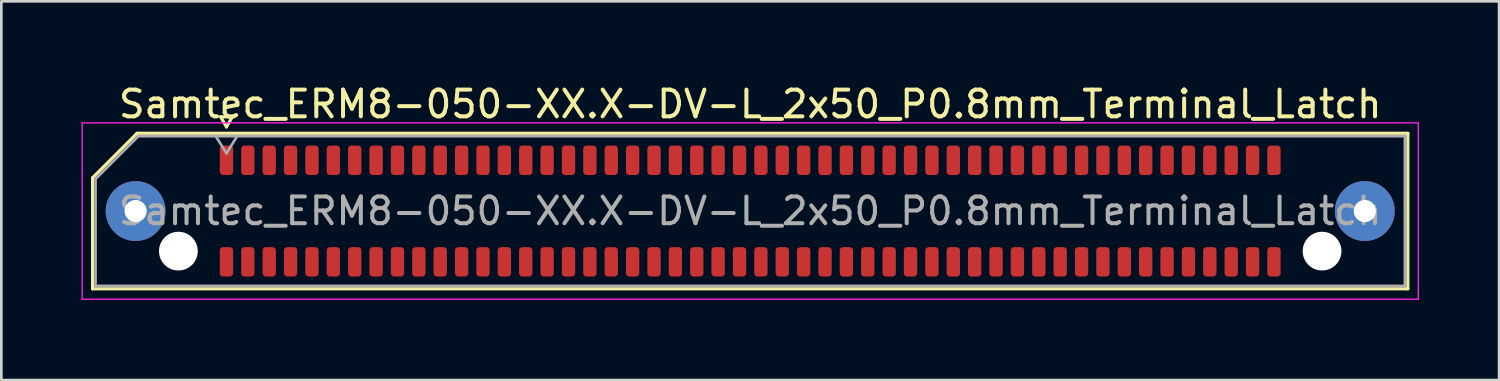
<source format=kicad_pcb>
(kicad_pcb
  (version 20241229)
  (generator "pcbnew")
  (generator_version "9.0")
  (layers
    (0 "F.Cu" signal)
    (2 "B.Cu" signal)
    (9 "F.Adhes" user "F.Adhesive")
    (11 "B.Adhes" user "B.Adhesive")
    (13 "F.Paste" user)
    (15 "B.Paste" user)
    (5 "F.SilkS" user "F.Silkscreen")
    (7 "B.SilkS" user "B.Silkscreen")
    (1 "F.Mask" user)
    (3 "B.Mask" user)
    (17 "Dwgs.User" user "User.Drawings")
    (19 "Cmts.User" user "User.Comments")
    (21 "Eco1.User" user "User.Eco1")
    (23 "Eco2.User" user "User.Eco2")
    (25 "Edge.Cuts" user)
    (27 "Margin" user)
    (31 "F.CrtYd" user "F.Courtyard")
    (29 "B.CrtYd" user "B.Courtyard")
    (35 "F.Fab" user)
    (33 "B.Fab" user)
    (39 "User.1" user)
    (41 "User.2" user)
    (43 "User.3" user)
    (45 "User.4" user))
  (footprint "Samtec_ERM8-050-XX.X-DV-L_2x50_P0.8mm_Terminal_Latch"
    (layer "F.Cu")
    (at 25.025 4.848)
    (property "Reference" "Samtec_ERM8-050-XX.X-DV-L_2x50_P0.8mm_Terminal_Latch" (at 0 -4 0) (layer "F.SilkS") (effects (font (size 1 1) (thickness 0.15))))
    (attr smd)
    (fp_line (start -24.61 -1.246) (end -22.946 -2.91) (stroke (width 0.12) (type solid)) (layer "F.SilkS"))
    (fp_line (start -24.61 2.91) (end -24.61 -1.246) (stroke (width 0.12) (type solid)) (layer "F.SilkS"))
    (fp_line (start -22.946 -2.91) (end 24.61 -2.91) (stroke (width 0.12) (type solid)) (layer "F.SilkS"))
    (fp_line (start -19.817 -3.525) (end -19.6 -3.15) (stroke (width 0.12) (type solid)) (layer "F.SilkS"))
    (fp_line (start -19.6 -3.15) (end -19.383 -3.525) (stroke (width 0.12) (type solid)) (layer "F.SilkS"))
    (fp_line (start -19.383 -3.525) (end -19.817 -3.525) (stroke (width 0.12) (type solid)) (layer "F.SilkS"))
    (fp_line (start 24.61 -2.91) (end 24.61 2.91) (stroke (width 0.12) (type solid)) (layer "F.SilkS"))
    (fp_line (start 24.61 2.91) (end -24.61 2.91) (stroke (width 0.12) (type solid)) (layer "F.SilkS"))
    (fp_line (start -25 -3.3) (end -25 3.3) (stroke (width 0.05) (type solid)) (layer "F.CrtYd"))
    (fp_line (start -25 3.3) (end 25 3.3) (stroke (width 0.05) (type solid)) (layer "F.CrtYd"))
    (fp_line (start 25 -3.3) (end -25 -3.3) (stroke (width 0.05) (type solid)) (layer "F.CrtYd"))
    (fp_line (start 25 3.3) (end 25 -3.3) (stroke (width 0.05) (type solid)) (layer "F.CrtYd"))
    (fp_line (start -24.5 -1.2) (end -22.9 -2.8) (stroke (width 0.1) (type solid)) (layer "F.Fab"))
    (fp_line (start -24.5 2.8) (end -24.5 -1.2) (stroke (width 0.1) (type solid)) (layer "F.Fab"))
    (fp_line (start -22.9 -2.8) (end 24.5 -2.8) (stroke (width 0.1) (type solid)) (layer "F.Fab"))
    (fp_line (start -20 -2.8) (end -19.6 -2.16) (stroke (width 0.1) (type solid)) (layer "F.Fab"))
    (fp_line (start -19.6 -2.16) (end -19.2 -2.8) (stroke (width 0.1) (type solid)) (layer "F.Fab"))
    (fp_line (start 24.5 -2.8) (end 24.5 2.8) (stroke (width 0.1) (type solid)) (layer "F.Fab"))
    (fp_line (start 24.5 2.8) (end -24.5 2.8) (stroke (width 0.1) (type solid)) (layer "F.Fab"))
    (fp_text user "${REFERENCE}" (at 0 0 0) (layer "F.Fab") (effects (font (size 1 1) (thickness 0.15))))
    (pad "" thru_hole circle (at -23 0) (size 2.24 2.24) (drill 0.83) (layers "*.Cu" "*.Mask" "F.Paste"))
    (pad "" np_thru_hole circle (at -21.4 1.5) (size 1.45 1.45) (drill 1.45) (layers "*.Cu" "*.Mask"))
    (pad "" np_thru_hole circle (at 21.4 1.5) (size 1.45 1.45) (drill 1.45) (layers "*.Cu" "*.Mask"))
    (pad "" thru_hole circle (at 23 0) (size 2.24 2.24) (drill 0.83) (layers "*.Cu" "*.Mask" "F.Paste"))
    (pad "1" smd roundrect (at -19.6 -1.9) (size 0.5 1.1) (layers "F.Cu" "F.Mask" "F.Paste") (roundrect_rratio 0.25))
    (pad "2" smd roundrect (at -19.6 1.9) (size 0.5 1.1) (layers "F.Cu" "F.Mask" "F.Paste") (roundrect_rratio 0.25))
    (pad "3" smd roundrect (at -18.8 -1.9) (size 0.5 1.1) (layers "F.Cu" "F.Mask" "F.Paste") (roundrect_rratio 0.25))
    (pad "4" smd roundrect (at -18.8 1.9) (size 0.5 1.1) (layers "F.Cu" "F.Mask" "F.Paste") (roundrect_rratio 0.25))
    (pad "5" smd roundrect (at -18 -1.9) (size 0.5 1.1) (layers "F.Cu" "F.Mask" "F.Paste") (roundrect_rratio 0.25))
    (pad "6" smd roundrect (at -18 1.9) (size 0.5 1.1) (layers "F.Cu" "F.Mask" "F.Paste") (roundrect_rratio 0.25))
    (pad "7" smd roundrect (at -17.2 -1.9) (size 0.5 1.1) (layers "F.Cu" "F.Mask" "F.Paste") (roundrect_rratio 0.25))
    (pad "8" smd roundrect (at -17.2 1.9) (size 0.5 1.1) (layers "F.Cu" "F.Mask" "F.Paste") (roundrect_rratio 0.25))
    (pad "9" smd roundrect (at -16.4 -1.9) (size 0.5 1.1) (layers "F.Cu" "F.Mask" "F.Paste") (roundrect_rratio 0.25))
    (pad "10" smd roundrect (at -16.4 1.9) (size 0.5 1.1) (layers "F.Cu" "F.Mask" "F.Paste") (roundrect_rratio 0.25))
    (pad "11" smd roundrect (at -15.6 -1.9) (size 0.5 1.1) (layers "F.Cu" "F.Mask" "F.Paste") (roundrect_rratio 0.25))
    (pad "12" smd roundrect (at -15.6 1.9) (size 0.5 1.1) (layers "F.Cu" "F.Mask" "F.Paste") (roundrect_rratio 0.25))
    (pad "13" smd roundrect (at -14.8 -1.9) (size 0.5 1.1) (layers "F.Cu" "F.Mask" "F.Paste") (roundrect_rratio 0.25))
    (pad "14" smd roundrect (at -14.8 1.9) (size 0.5 1.1) (layers "F.Cu" "F.Mask" "F.Paste") (roundrect_rratio 0.25))
    (pad "15" smd roundrect (at -14 -1.9) (size 0.5 1.1) (layers "F.Cu" "F.Mask" "F.Paste") (roundrect_rratio 0.25))
    (pad "16" smd roundrect (at -14 1.9) (size 0.5 1.1) (layers "F.Cu" "F.Mask" "F.Paste") (roundrect_rratio 0.25))
    (pad "17" smd roundrect (at -13.2 -1.9) (size 0.5 1.1) (layers "F.Cu" "F.Mask" "F.Paste") (roundrect_rratio 0.25))
    (pad "18" smd roundrect (at -13.2 1.9) (size 0.5 1.1) (layers "F.Cu" "F.Mask" "F.Paste") (roundrect_rratio 0.25))
    (pad "19" smd roundrect (at -12.4 -1.9) (size 0.5 1.1) (layers "F.Cu" "F.Mask" "F.Paste") (roundrect_rratio 0.25))
    (pad "20" smd roundrect (at -12.4 1.9) (size 0.5 1.1) (layers "F.Cu" "F.Mask" "F.Paste") (roundrect_rratio 0.25))
    (pad "21" smd roundrect (at -11.6 -1.9) (size 0.5 1.1) (layers "F.Cu" "F.Mask" "F.Paste") (roundrect_rratio 0.25))
    (pad "22" smd roundrect (at -11.6 1.9) (size 0.5 1.1) (layers "F.Cu" "F.Mask" "F.Paste") (roundrect_rratio 0.25))
    (pad "23" smd roundrect (at -10.8 -1.9) (size 0.5 1.1) (layers "F.Cu" "F.Mask" "F.Paste") (roundrect_rratio 0.25))
    (pad "24" smd roundrect (at -10.8 1.9) (size 0.5 1.1) (layers "F.Cu" "F.Mask" "F.Paste") (roundrect_rratio 0.25))
    (pad "25" smd roundrect (at -10 -1.9) (size 0.5 1.1) (layers "F.Cu" "F.Mask" "F.Paste") (roundrect_rratio 0.25))
    (pad "26" smd roundrect (at -10 1.9) (size 0.5 1.1) (layers "F.Cu" "F.Mask" "F.Paste") (roundrect_rratio 0.25))
    (pad "27" smd roundrect (at -9.2 -1.9) (size 0.5 1.1) (layers "F.Cu" "F.Mask" "F.Paste") (roundrect_rratio 0.25))
    (pad "28" smd roundrect (at -9.2 1.9) (size 0.5 1.1) (layers "F.Cu" "F.Mask" "F.Paste") (roundrect_rratio 0.25))
    (pad "29" smd roundrect (at -8.4 -1.9) (size 0.5 1.1) (layers "F.Cu" "F.Mask" "F.Paste") (roundrect_rratio 0.25))
    (pad "30" smd roundrect (at -8.4 1.9) (size 0.5 1.1) (layers "F.Cu" "F.Mask" "F.Paste") (roundrect_rratio 0.25))
    (pad "31" smd roundrect (at -7.6 -1.9) (size 0.5 1.1) (layers "F.Cu" "F.Mask" "F.Paste") (roundrect_rratio 0.25))
    (pad "32" smd roundrect (at -7.6 1.9) (size 0.5 1.1) (layers "F.Cu" "F.Mask" "F.Paste") (roundrect_rratio 0.25))
    (pad "33" smd roundrect (at -6.8 -1.9) (size 0.5 1.1) (layers "F.Cu" "F.Mask" "F.Paste") (roundrect_rratio 0.25))
    (pad "34" smd roundrect (at -6.8 1.9) (size 0.5 1.1) (layers "F.Cu" "F.Mask" "F.Paste") (roundrect_rratio 0.25))
    (pad "35" smd roundrect (at -6 -1.9) (size 0.5 1.1) (layers "F.Cu" "F.Mask" "F.Paste") (roundrect_rratio 0.25))
    (pad "36" smd roundrect (at -6 1.9) (size 0.5 1.1) (layers "F.Cu" "F.Mask" "F.Paste") (roundrect_rratio 0.25))
    (pad "37" smd roundrect (at -5.2 -1.9) (size 0.5 1.1) (layers "F.Cu" "F.Mask" "F.Paste") (roundrect_rratio 0.25))
    (pad "38" smd roundrect (at -5.2 1.9) (size 0.5 1.1) (layers "F.Cu" "F.Mask" "F.Paste") (roundrect_rratio 0.25))
    (pad "39" smd roundrect (at -4.4 -1.9) (size 0.5 1.1) (layers "F.Cu" "F.Mask" "F.Paste") (roundrect_rratio 0.25))
    (pad "40" smd roundrect (at -4.4 1.9) (size 0.5 1.1) (layers "F.Cu" "F.Mask" "F.Paste") (roundrect_rratio 0.25))
    (pad "41" smd roundrect (at -3.6 -1.9) (size 0.5 1.1) (layers "F.Cu" "F.Mask" "F.Paste") (roundrect_rratio 0.25))
    (pad "42" smd roundrect (at -3.6 1.9) (size 0.5 1.1) (layers "F.Cu" "F.Mask" "F.Paste") (roundrect_rratio 0.25))
    (pad "43" smd roundrect (at -2.8 -1.9) (size 0.5 1.1) (layers "F.Cu" "F.Mask" "F.Paste") (roundrect_rratio 0.25))
    (pad "44" smd roundrect (at -2.8 1.9) (size 0.5 1.1) (layers "F.Cu" "F.Mask" "F.Paste") (roundrect_rratio 0.25))
    (pad "45" smd roundrect (at -2 -1.9) (size 0.5 1.1) (layers "F.Cu" "F.Mask" "F.Paste") (roundrect_rratio 0.25))
    (pad "46" smd roundrect (at -2 1.9) (size 0.5 1.1) (layers "F.Cu" "F.Mask" "F.Paste") (roundrect_rratio 0.25))
    (pad "47" smd roundrect (at -1.2 -1.9) (size 0.5 1.1) (layers "F.Cu" "F.Mask" "F.Paste") (roundrect_rratio 0.25))
    (pad "48" smd roundrect (at -1.2 1.9) (size 0.5 1.1) (layers "F.Cu" "F.Mask" "F.Paste") (roundrect_rratio 0.25))
    (pad "49" smd roundrect (at -0.4 -1.9) (size 0.5 1.1) (layers "F.Cu" "F.Mask" "F.Paste") (roundrect_rratio 0.25))
    (pad "50" smd roundrect (at -0.4 1.9) (size 0.5 1.1) (layers "F.Cu" "F.Mask" "F.Paste") (roundrect_rratio 0.25))
    (pad "51" smd roundrect (at 0.4 -1.9) (size 0.5 1.1) (layers "F.Cu" "F.Mask" "F.Paste") (roundrect_rratio 0.25))
    (pad "52" smd roundrect (at 0.4 1.9) (size 0.5 1.1) (layers "F.Cu" "F.Mask" "F.Paste") (roundrect_rratio 0.25))
    (pad "53" smd roundrect (at 1.2 -1.9) (size 0.5 1.1) (layers "F.Cu" "F.Mask" "F.Paste") (roundrect_rratio 0.25))
    (pad "54" smd roundrect (at 1.2 1.9) (size 0.5 1.1) (layers "F.Cu" "F.Mask" "F.Paste") (roundrect_rratio 0.25))
    (pad "55" smd roundrect (at 2 -1.9) (size 0.5 1.1) (layers "F.Cu" "F.Mask" "F.Paste") (roundrect_rratio 0.25))
    (pad "56" smd roundrect (at 2 1.9) (size 0.5 1.1) (layers "F.Cu" "F.Mask" "F.Paste") (roundrect_rratio 0.25))
    (pad "57" smd roundrect (at 2.8 -1.9) (size 0.5 1.1) (layers "F.Cu" "F.Mask" "F.Paste") (roundrect_rratio 0.25))
    (pad "58" smd roundrect (at 2.8 1.9) (size 0.5 1.1) (layers "F.Cu" "F.Mask" "F.Paste") (roundrect_rratio 0.25))
    (pad "59" smd roundrect (at 3.6 -1.9) (size 0.5 1.1) (layers "F.Cu" "F.Mask" "F.Paste") (roundrect_rratio 0.25))
    (pad "60" smd roundrect (at 3.6 1.9) (size 0.5 1.1) (layers "F.Cu" "F.Mask" "F.Paste") (roundrect_rratio 0.25))
    (pad "61" smd roundrect (at 4.4 -1.9) (size 0.5 1.1) (layers "F.Cu" "F.Mask" "F.Paste") (roundrect_rratio 0.25))
    (pad "62" smd roundrect (at 4.4 1.9) (size 0.5 1.1) (layers "F.Cu" "F.Mask" "F.Paste") (roundrect_rratio 0.25))
    (pad "63" smd roundrect (at 5.2 -1.9) (size 0.5 1.1) (layers "F.Cu" "F.Mask" "F.Paste") (roundrect_rratio 0.25))
    (pad "64" smd roundrect (at 5.2 1.9) (size 0.5 1.1) (layers "F.Cu" "F.Mask" "F.Paste") (roundrect_rratio 0.25))
    (pad "65" smd roundrect (at 6 -1.9) (size 0.5 1.1) (layers "F.Cu" "F.Mask" "F.Paste") (roundrect_rratio 0.25))
    (pad "66" smd roundrect (at 6 1.9) (size 0.5 1.1) (layers "F.Cu" "F.Mask" "F.Paste") (roundrect_rratio 0.25))
    (pad "67" smd roundrect (at 6.8 -1.9) (size 0.5 1.1) (layers "F.Cu" "F.Mask" "F.Paste") (roundrect_rratio 0.25))
    (pad "68" smd roundrect (at 6.8 1.9) (size 0.5 1.1) (layers "F.Cu" "F.Mask" "F.Paste") (roundrect_rratio 0.25))
    (pad "69" smd roundrect (at 7.6 -1.9) (size 0.5 1.1) (layers "F.Cu" "F.Mask" "F.Paste") (roundrect_rratio 0.25))
    (pad "70" smd roundrect (at 7.6 1.9) (size 0.5 1.1) (layers "F.Cu" "F.Mask" "F.Paste") (roundrect_rratio 0.25))
    (pad "71" smd roundrect (at 8.4 -1.9) (size 0.5 1.1) (layers "F.Cu" "F.Mask" "F.Paste") (roundrect_rratio 0.25))
    (pad "72" smd roundrect (at 8.4 1.9) (size 0.5 1.1) (layers "F.Cu" "F.Mask" "F.Paste") (roundrect_rratio 0.25))
    (pad "73" smd roundrect (at 9.2 -1.9) (size 0.5 1.1) (layers "F.Cu" "F.Mask" "F.Paste") (roundrect_rratio 0.25))
    (pad "74" smd roundrect (at 9.2 1.9) (size 0.5 1.1) (layers "F.Cu" "F.Mask" "F.Paste") (roundrect_rratio 0.25))
    (pad "75" smd roundrect (at 10 -1.9) (size 0.5 1.1) (layers "F.Cu" "F.Mask" "F.Paste") (roundrect_rratio 0.25))
    (pad "76" smd roundrect (at 10 1.9) (size 0.5 1.1) (layers "F.Cu" "F.Mask" "F.Paste") (roundrect_rratio 0.25))
    (pad "77" smd roundrect (at 10.8 -1.9) (size 0.5 1.1) (layers "F.Cu" "F.Mask" "F.Paste") (roundrect_rratio 0.25))
    (pad "78" smd roundrect (at 10.8 1.9) (size 0.5 1.1) (layers "F.Cu" "F.Mask" "F.Paste") (roundrect_rratio 0.25))
    (pad "79" smd roundrect (at 11.6 -1.9) (size 0.5 1.1) (layers "F.Cu" "F.Mask" "F.Paste") (roundrect_rratio 0.25))
    (pad "80" smd roundrect (at 11.6 1.9) (size 0.5 1.1) (layers "F.Cu" "F.Mask" "F.Paste") (roundrect_rratio 0.25))
    (pad "81" smd roundrect (at 12.4 -1.9) (size 0.5 1.1) (layers "F.Cu" "F.Mask" "F.Paste") (roundrect_rratio 0.25))
    (pad "82" smd roundrect (at 12.4 1.9) (size 0.5 1.1) (layers "F.Cu" "F.Mask" "F.Paste") (roundrect_rratio 0.25))
    (pad "83" smd roundrect (at 13.2 -1.9) (size 0.5 1.1) (layers "F.Cu" "F.Mask" "F.Paste") (roundrect_rratio 0.25))
    (pad "84" smd roundrect (at 13.2 1.9) (size 0.5 1.1) (layers "F.Cu" "F.Mask" "F.Paste") (roundrect_rratio 0.25))
    (pad "85" smd roundrect (at 14 -1.9) (size 0.5 1.1) (layers "F.Cu" "F.Mask" "F.Paste") (roundrect_rratio 0.25))
    (pad "86" smd roundrect (at 14 1.9) (size 0.5 1.1) (layers "F.Cu" "F.Mask" "F.Paste") (roundrect_rratio 0.25))
    (pad "87" smd roundrect (at 14.8 -1.9) (size 0.5 1.1) (layers "F.Cu" "F.Mask" "F.Paste") (roundrect_rratio 0.25))
    (pad "88" smd roundrect (at 14.8 1.9) (size 0.5 1.1) (layers "F.Cu" "F.Mask" "F.Paste") (roundrect_rratio 0.25))
    (pad "89" smd roundrect (at 15.6 -1.9) (size 0.5 1.1) (layers "F.Cu" "F.Mask" "F.Paste") (roundrect_rratio 0.25))
    (pad "90" smd roundrect (at 15.6 1.9) (size 0.5 1.1) (layers "F.Cu" "F.Mask" "F.Paste") (roundrect_rratio 0.25))
    (pad "91" smd roundrect (at 16.4 -1.9) (size 0.5 1.1) (layers "F.Cu" "F.Mask" "F.Paste") (roundrect_rratio 0.25))
    (pad "92" smd roundrect (at 16.4 1.9) (size 0.5 1.1) (layers "F.Cu" "F.Mask" "F.Paste") (roundrect_rratio 0.25))
    (pad "93" smd roundrect (at 17.2 -1.9) (size 0.5 1.1) (layers "F.Cu" "F.Mask" "F.Paste") (roundrect_rratio 0.25))
    (pad "94" smd roundrect (at 17.2 1.9) (size 0.5 1.1) (layers "F.Cu" "F.Mask" "F.Paste") (roundrect_rratio 0.25))
    (pad "95" smd roundrect (at 18 -1.9) (size 0.5 1.1) (layers "F.Cu" "F.Mask" "F.Paste") (roundrect_rratio 0.25))
    (pad "96" smd roundrect (at 18 1.9) (size 0.5 1.1) (layers "F.Cu" "F.Mask" "F.Paste") (roundrect_rratio 0.25))
    (pad "97" smd roundrect (at 18.8 -1.9) (size 0.5 1.1) (layers "F.Cu" "F.Mask" "F.Paste") (roundrect_rratio 0.25))
    (pad "98" smd roundrect (at 18.8 1.9) (size 0.5 1.1) (layers "F.Cu" "F.Mask" "F.Paste") (roundrect_rratio 0.25))
    (pad "99" smd roundrect (at 19.6 -1.9) (size 0.5 1.1) (layers "F.Cu" "F.Mask" "F.Paste") (roundrect_rratio 0.25))
    (pad "100" smd roundrect (at 19.6 1.9) (size 0.5 1.1) (layers "F.Cu" "F.Mask" "F.Paste") (roundrect_rratio 0.25)))
  (gr_rect
    (start -3 -3)
    (end 53.05 11.173)
    (stroke (width 0.1) (type default))
    (fill no)
    (layer "Edge.Cuts")))
</source>
